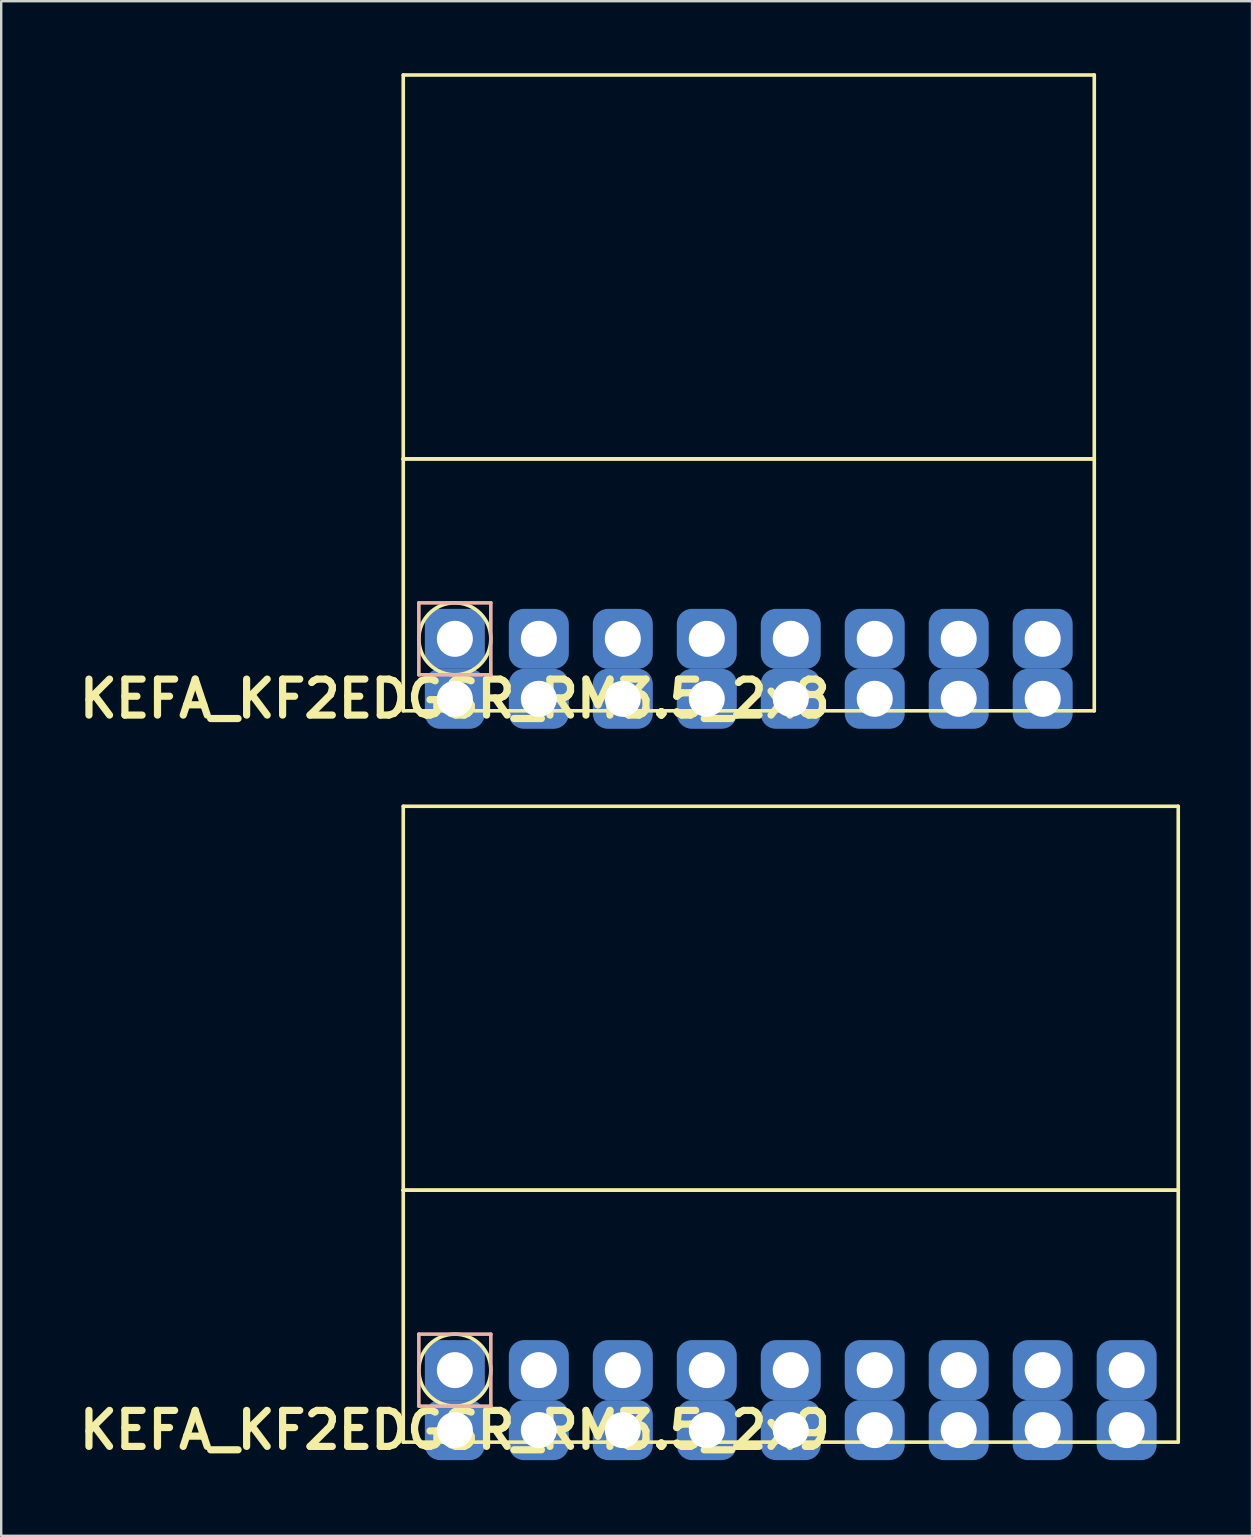
<source format=kicad_pcb>
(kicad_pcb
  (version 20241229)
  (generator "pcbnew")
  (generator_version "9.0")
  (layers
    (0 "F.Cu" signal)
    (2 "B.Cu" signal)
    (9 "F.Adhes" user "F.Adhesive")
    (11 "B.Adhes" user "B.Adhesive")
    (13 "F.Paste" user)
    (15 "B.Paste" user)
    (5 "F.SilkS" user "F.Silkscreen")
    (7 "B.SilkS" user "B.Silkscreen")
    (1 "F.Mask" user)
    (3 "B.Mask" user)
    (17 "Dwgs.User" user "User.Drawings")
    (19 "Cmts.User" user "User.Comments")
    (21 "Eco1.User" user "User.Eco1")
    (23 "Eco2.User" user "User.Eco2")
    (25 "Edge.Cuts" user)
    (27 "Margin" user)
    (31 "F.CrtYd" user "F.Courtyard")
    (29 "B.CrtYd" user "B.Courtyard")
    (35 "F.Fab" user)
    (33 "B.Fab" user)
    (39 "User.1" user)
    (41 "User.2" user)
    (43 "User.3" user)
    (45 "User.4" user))
  (footprint "KEFA_KF2EDGSR_RM3.5_2x8"
    (layer "F.Cu")
    (at 15.907 23.575)
    (property "Reference" "KEFA_KF2EDGSR_RM3.5_2x8" (at 0 2.5 0) (layer "F.SilkS") (effects (font (size 1.5 1.5) (thickness 0.3))))
    (attr through_hole)
    (fp_line (start -2.15 -23.5) (end -2.15 -7.5) (stroke (width 0.15) (type solid)) (layer "F.SilkS"))
    (fp_line (start -2.15 -7.5) (end -2.15 3) (stroke (width 0.15) (type solid)) (layer "F.SilkS"))
    (fp_line (start -2.15 -7.5) (end 26.65 -7.5) (stroke (width 0.15) (type solid)) (layer "F.SilkS"))
    (fp_line (start -2.15 3) (end 26.65 3) (stroke (width 0.15) (type solid)) (layer "F.SilkS"))
    (fp_line (start 26.65 -23.5) (end -2.15 -23.5) (stroke (width 0.15) (type solid)) (layer "F.SilkS"))
    (fp_line (start 26.65 -7.5) (end -2.15 -7.5) (stroke (width 0.15) (type solid)) (layer "F.SilkS"))
    (fp_line (start 26.65 -7.5) (end 26.65 -23.5) (stroke (width 0.15) (type solid)) (layer "F.SilkS"))
    (fp_line (start 26.65 3) (end 26.65 -7.5) (stroke (width 0.15) (type solid)) (layer "F.SilkS"))
    (fp_circle (center 0 0) (end 1.5 0) (stroke (width 0.15) (type solid)) (fill no) (layer "F.SilkS"))
    (fp_line (start -1.5 -1.5) (end 1.5 -1.5) (stroke (width 0.15) (type solid)) (layer "B.SilkS"))
    (fp_line (start -1.5 1.5) (end -1.5 -1.5) (stroke (width 0.15) (type solid)) (layer "B.SilkS"))
    (fp_line (start 1.5 -1.5) (end 1.5 1.5) (stroke (width 0.15) (type solid)) (layer "B.SilkS"))
    (fp_line (start 1.5 1.5) (end -1.5 1.5) (stroke (width 0.15) (type solid)) (layer "B.SilkS"))
    (pad "1" thru_hole circle (at 0 0) (size 1.8 1.8) (drill 1.5) (layers "*.Cu" "*.Mask"))
    (pad "1" smd roundrect (at 0 0) (size 2.5 2.5) (layers "B.Cu" "B.Mask") (roundrect_rratio 0.25))
    (pad "2" thru_hole circle (at 3.5 0) (size 1.8 1.8) (drill 1.5) (layers "*.Cu" "*.Mask"))
    (pad "2" smd roundrect (at 3.5 0) (size 2.5 2.5) (layers "B.Cu" "B.Mask") (roundrect_rratio 0.25))
    (pad "3" thru_hole circle (at 7 0) (size 1.8 1.8) (drill 1.5) (layers "*.Cu" "*.Mask"))
    (pad "3" smd roundrect (at 7 0) (size 2.5 2.5) (layers "B.Cu" "B.Mask") (roundrect_rratio 0.25))
    (pad "4" thru_hole circle (at 10.5 0) (size 1.8 1.8) (drill 1.5) (layers "*.Cu" "*.Mask"))
    (pad "4" smd roundrect (at 10.5 0) (size 2.5 2.5) (layers "B.Cu" "B.Mask") (roundrect_rratio 0.25))
    (pad "5" thru_hole circle (at 14 0) (size 1.8 1.8) (drill 1.5) (layers "*.Cu" "*.Mask"))
    (pad "5" smd roundrect (at 14 0) (size 2.5 2.5) (layers "B.Cu" "B.Mask") (roundrect_rratio 0.25))
    (pad "6" thru_hole circle (at 17.5 0) (size 1.8 1.8) (drill 1.5) (layers "*.Cu" "*.Mask"))
    (pad "6" smd roundrect (at 17.5 0) (size 2.5 2.5) (layers "B.Cu" "B.Mask") (roundrect_rratio 0.25))
    (pad "7" thru_hole circle (at 21 0) (size 1.8 1.8) (drill 1.5) (layers "*.Cu" "*.Mask"))
    (pad "7" smd roundrect (at 21 0) (size 2.5 2.5) (layers "B.Cu" "B.Mask") (roundrect_rratio 0.25))
    (pad "8" thru_hole circle (at 24.5 0) (size 1.8 1.8) (drill 1.5) (layers "*.Cu" "*.Mask"))
    (pad "8" smd roundrect (at 24.5 0) (size 2.5 2.5) (layers "B.Cu" "B.Mask") (roundrect_rratio 0.25))
    (pad "9" thru_hole circle (at 0 2.5) (size 1.8 1.8) (drill 1.5) (layers "*.Cu" "*.Mask"))
    (pad "9" smd roundrect (at 0 2.5) (size 2.5 2.5) (layers "B.Cu" "B.Mask") (roundrect_rratio 0.25))
    (pad "10" thru_hole circle (at 3.5 2.5) (size 1.8 1.8) (drill 1.5) (layers "*.Cu" "*.Mask"))
    (pad "10" smd roundrect (at 3.5 2.5) (size 2.5 2.5) (layers "B.Cu" "B.Mask") (roundrect_rratio 0.25))
    (pad "11" thru_hole circle (at 7 2.5) (size 1.8 1.8) (drill 1.5) (layers "*.Cu" "*.Mask"))
    (pad "11" smd roundrect (at 7 2.5) (size 2.5 2.5) (layers "B.Cu" "B.Mask") (roundrect_rratio 0.25))
    (pad "12" thru_hole circle (at 10.5 2.5) (size 1.8 1.8) (drill 1.5) (layers "*.Cu" "*.Mask"))
    (pad "12" smd roundrect (at 10.5 2.5) (size 2.5 2.5) (layers "B.Cu" "B.Mask") (roundrect_rratio 0.25))
    (pad "13" thru_hole circle (at 14 2.5) (size 1.8 1.8) (drill 1.5) (layers "*.Cu" "*.Mask"))
    (pad "13" smd roundrect (at 14 2.5) (size 2.5 2.5) (layers "B.Cu" "B.Mask") (roundrect_rratio 0.25))
    (pad "14" thru_hole circle (at 17.5 2.5) (size 1.8 1.8) (drill 1.5) (layers "*.Cu" "*.Mask"))
    (pad "14" smd roundrect (at 17.5 2.5) (size 2.5 2.5) (layers "B.Cu" "B.Mask") (roundrect_rratio 0.25))
    (pad "15" thru_hole circle (at 21 2.5) (size 1.8 1.8) (drill 1.5) (layers "*.Cu" "*.Mask"))
    (pad "15" smd roundrect (at 21 2.5) (size 2.5 2.5) (layers "B.Cu" "B.Mask") (roundrect_rratio 0.25))
    (pad "16" thru_hole circle (at 24.5 2.5) (size 1.8 1.8) (drill 1.5) (layers "*.Cu" "*.Mask"))
    (pad "16" smd roundrect (at 24.5 2.5) (size 2.5 2.5) (layers "B.Cu" "B.Mask") (roundrect_rratio 0.25)))
  (footprint "KEFA_KF2EDGSR_RM3.5_2x9"
    (layer "F.Cu")
    (at 15.907 54.054)
    (property "Reference" "KEFA_KF2EDGSR_RM3.5_2x9" (at 0 2.5 0) (layer "F.SilkS") (effects (font (size 1.5 1.5) (thickness 0.3))))
    (attr through_hole)
    (fp_line (start -2.15 -23.5) (end -2.15 -7.5) (stroke (width 0.15) (type solid)) (layer "F.SilkS"))
    (fp_line (start -2.15 -7.5) (end -2.15 3) (stroke (width 0.15) (type solid)) (layer "F.SilkS"))
    (fp_line (start -2.15 -7.5) (end 30.15 -7.5) (stroke (width 0.15) (type solid)) (layer "F.SilkS"))
    (fp_line (start -2.15 3) (end 30.15 3) (stroke (width 0.15) (type solid)) (layer "F.SilkS"))
    (fp_line (start 30.15 -23.5) (end -2.15 -23.5) (stroke (width 0.15) (type solid)) (layer "F.SilkS"))
    (fp_line (start 30.15 -7.5) (end -2.15 -7.5) (stroke (width 0.15) (type solid)) (layer "F.SilkS"))
    (fp_line (start 30.15 -7.5) (end 30.15 -23.5) (stroke (width 0.15) (type solid)) (layer "F.SilkS"))
    (fp_line (start 30.15 3) (end 30.15 -7.5) (stroke (width 0.15) (type solid)) (layer "F.SilkS"))
    (fp_circle (center 0 0) (end 1.5 0) (stroke (width 0.15) (type solid)) (fill no) (layer "F.SilkS"))
    (fp_line (start -1.5 -1.5) (end 1.5 -1.5) (stroke (width 0.15) (type solid)) (layer "B.SilkS"))
    (fp_line (start -1.5 1.5) (end -1.5 -1.5) (stroke (width 0.15) (type solid)) (layer "B.SilkS"))
    (fp_line (start 1.5 -1.5) (end 1.5 1.5) (stroke (width 0.15) (type solid)) (layer "B.SilkS"))
    (fp_line (start 1.5 1.5) (end -1.5 1.5) (stroke (width 0.15) (type solid)) (layer "B.SilkS"))
    (pad "1" thru_hole circle (at 0 0) (size 1.8 1.8) (drill 1.5) (layers "*.Cu" "*.Mask"))
    (pad "1" smd roundrect (at 0 0) (size 2.5 2.5) (layers "B.Cu" "B.Mask") (roundrect_rratio 0.25))
    (pad "2" thru_hole circle (at 3.5 0) (size 1.8 1.8) (drill 1.5) (layers "*.Cu" "*.Mask"))
    (pad "2" smd roundrect (at 3.5 0) (size 2.5 2.5) (layers "B.Cu" "B.Mask") (roundrect_rratio 0.25))
    (pad "3" thru_hole circle (at 7 0) (size 1.8 1.8) (drill 1.5) (layers "*.Cu" "*.Mask"))
    (pad "3" smd roundrect (at 7 0) (size 2.5 2.5) (layers "B.Cu" "B.Mask") (roundrect_rratio 0.25))
    (pad "4" thru_hole circle (at 10.5 0) (size 1.8 1.8) (drill 1.5) (layers "*.Cu" "*.Mask"))
    (pad "4" smd roundrect (at 10.5 0) (size 2.5 2.5) (layers "B.Cu" "B.Mask") (roundrect_rratio 0.25))
    (pad "5" thru_hole circle (at 14 0) (size 1.8 1.8) (drill 1.5) (layers "*.Cu" "*.Mask"))
    (pad "5" smd roundrect (at 14 0) (size 2.5 2.5) (layers "B.Cu" "B.Mask") (roundrect_rratio 0.25))
    (pad "6" thru_hole circle (at 17.5 0) (size 1.8 1.8) (drill 1.5) (layers "*.Cu" "*.Mask"))
    (pad "6" smd roundrect (at 17.5 0) (size 2.5 2.5) (layers "B.Cu" "B.Mask") (roundrect_rratio 0.25))
    (pad "7" thru_hole circle (at 21 0) (size 1.8 1.8) (drill 1.5) (layers "*.Cu" "*.Mask"))
    (pad "7" smd roundrect (at 21 0) (size 2.5 2.5) (layers "B.Cu" "B.Mask") (roundrect_rratio 0.25))
    (pad "8" thru_hole circle (at 24.5 0) (size 1.8 1.8) (drill 1.5) (layers "*.Cu" "*.Mask"))
    (pad "8" smd roundrect (at 24.5 0) (size 2.5 2.5) (layers "B.Cu" "B.Mask") (roundrect_rratio 0.25))
    (pad "9" thru_hole circle (at 28 0) (size 1.8 1.8) (drill 1.5) (layers "*.Cu" "*.Mask"))
    (pad "9" smd roundrect (at 28 0) (size 2.5 2.5) (layers "B.Cu" "B.Mask") (roundrect_rratio 0.25))
    (pad "10" thru_hole circle (at 0 2.5) (size 1.8 1.8) (drill 1.5) (layers "*.Cu" "*.Mask"))
    (pad "10" smd roundrect (at 0 2.5) (size 2.5 2.5) (layers "B.Cu" "B.Mask") (roundrect_rratio 0.25))
    (pad "11" thru_hole circle (at 3.5 2.5) (size 1.8 1.8) (drill 1.5) (layers "*.Cu" "*.Mask"))
    (pad "11" smd roundrect (at 3.5 2.5) (size 2.5 2.5) (layers "B.Cu" "B.Mask") (roundrect_rratio 0.25))
    (pad "12" thru_hole circle (at 7 2.5) (size 1.8 1.8) (drill 1.5) (layers "*.Cu" "*.Mask"))
    (pad "12" smd roundrect (at 7 2.5) (size 2.5 2.5) (layers "B.Cu" "B.Mask") (roundrect_rratio 0.25))
    (pad "13" thru_hole circle (at 10.5 2.5) (size 1.8 1.8) (drill 1.5) (layers "*.Cu" "*.Mask"))
    (pad "13" smd roundrect (at 10.5 2.5) (size 2.5 2.5) (layers "B.Cu" "B.Mask") (roundrect_rratio 0.25))
    (pad "14" thru_hole circle (at 14 2.5) (size 1.8 1.8) (drill 1.5) (layers "*.Cu" "*.Mask"))
    (pad "14" smd roundrect (at 14 2.5) (size 2.5 2.5) (layers "B.Cu" "B.Mask") (roundrect_rratio 0.25))
    (pad "15" thru_hole circle (at 17.5 2.5) (size 1.8 1.8) (drill 1.5) (layers "*.Cu" "*.Mask"))
    (pad "15" smd roundrect (at 17.5 2.5) (size 2.5 2.5) (layers "B.Cu" "B.Mask") (roundrect_rratio 0.25))
    (pad "16" thru_hole circle (at 21 2.5) (size 1.8 1.8) (drill 1.5) (layers "*.Cu" "*.Mask"))
    (pad "16" smd roundrect (at 21 2.5) (size 2.5 2.5) (layers "B.Cu" "B.Mask") (roundrect_rratio 0.25))
    (pad "17" thru_hole circle (at 24.5 2.5) (size 1.8 1.8) (drill 1.5) (layers "*.Cu" "*.Mask"))
    (pad "17" smd roundrect (at 24.5 2.5) (size 2.5 2.5) (layers "B.Cu" "B.Mask") (roundrect_rratio 0.25))
    (pad "18" thru_hole circle (at 28 2.5) (size 1.8 1.8) (drill 1.5) (layers "*.Cu" "*.Mask"))
    (pad "18" smd roundrect (at 28 2.5) (size 2.5 2.5) (layers "B.Cu" "B.Mask") (roundrect_rratio 0.25)))
  (gr_rect
    (start -3 -3)
    (end 49.132 60.958)
    (stroke (width 0.1) (type default))
    (fill no)
    (layer "Edge.Cuts")))
</source>
